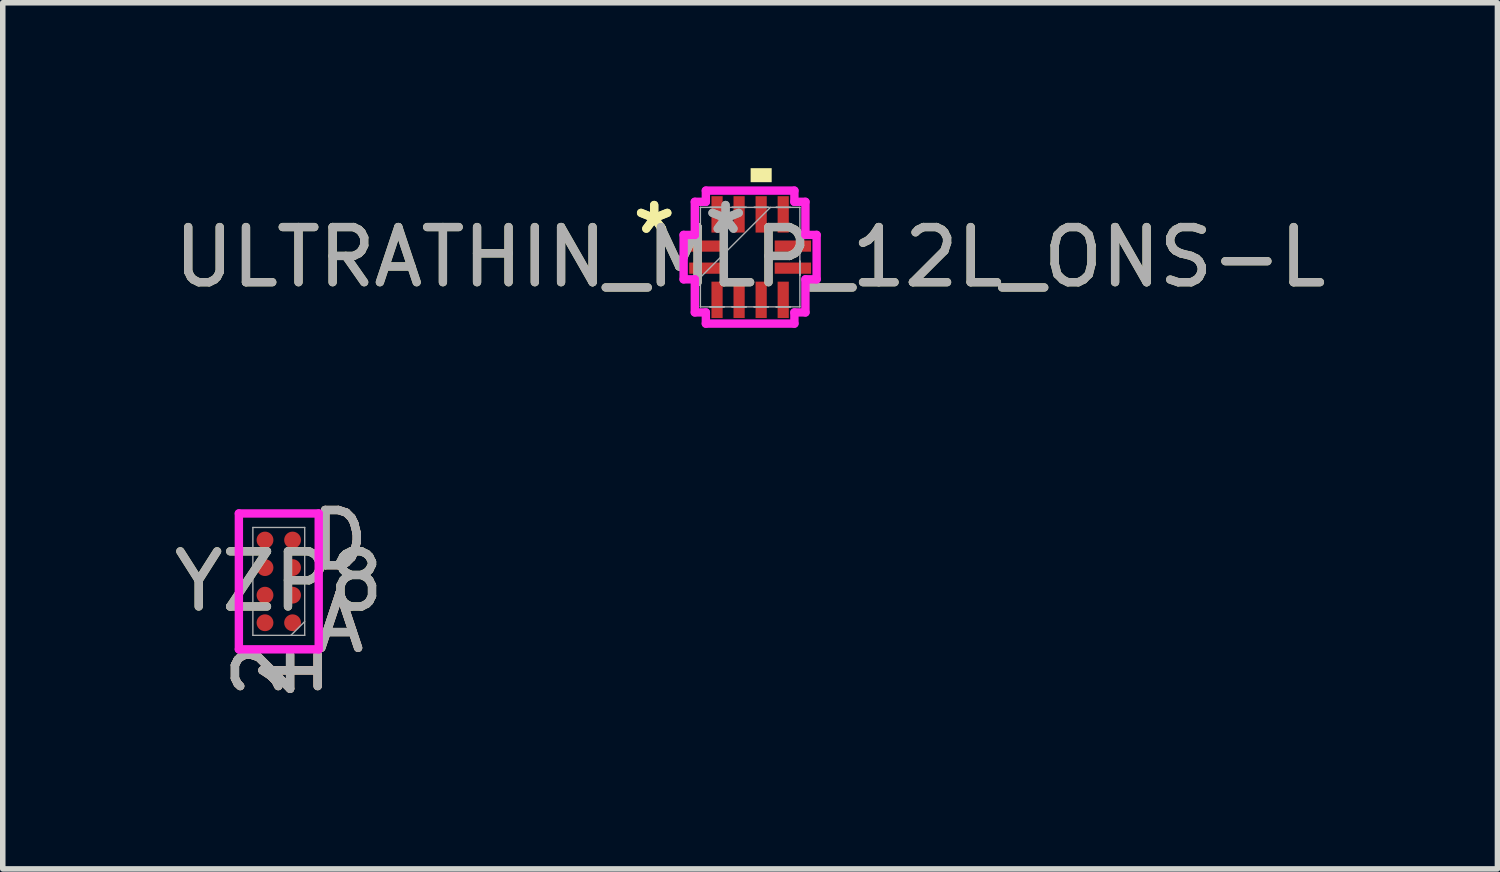
<source format=kicad_pcb>
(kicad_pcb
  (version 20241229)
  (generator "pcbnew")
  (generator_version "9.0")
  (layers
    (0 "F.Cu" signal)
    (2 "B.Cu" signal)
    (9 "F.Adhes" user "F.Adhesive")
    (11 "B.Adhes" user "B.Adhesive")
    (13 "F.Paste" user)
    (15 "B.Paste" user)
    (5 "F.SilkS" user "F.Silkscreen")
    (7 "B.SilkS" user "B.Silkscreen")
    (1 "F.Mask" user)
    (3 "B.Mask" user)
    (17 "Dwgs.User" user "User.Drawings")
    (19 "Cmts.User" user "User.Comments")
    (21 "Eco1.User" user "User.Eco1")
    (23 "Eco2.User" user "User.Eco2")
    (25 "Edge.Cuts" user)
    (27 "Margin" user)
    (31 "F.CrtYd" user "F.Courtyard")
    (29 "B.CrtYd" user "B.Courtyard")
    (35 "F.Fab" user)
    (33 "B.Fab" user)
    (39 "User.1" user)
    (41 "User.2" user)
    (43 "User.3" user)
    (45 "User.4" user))
  (footprint "ULTRATHIN_MLP_12L_ONS-L"
    (layer "F.Cu")
    (at 10.554 1.613)
    (property "Reference" "ULTRATHIN_MLP_12L_ONS-L" (at 0 0 0) (unlocked yes) (layer "F.SilkS") (effects (font (size 1 1) (thickness 0.15))))
    (attr smd)
    (fp_poly (pts (xy 0.009 -1.359) (xy 0.009 -1.613) (xy 0.391 -1.613) (xy 0.391 -1.359)) (stroke (width 0) (type solid)) (fill yes) (layer "F.SilkS"))
    (fp_line (start -1.206 -0.403) (end -1.003 -0.403) (stroke (width 0.152) (type solid)) (layer "F.CrtYd"))
    (fp_line (start -1.206 0.403) (end -1.206 -0.403) (stroke (width 0.152) (type solid)) (layer "F.CrtYd"))
    (fp_line (start -1.003 -1.003) (end -0.803 -1.003) (stroke (width 0.152) (type solid)) (layer "F.CrtYd"))
    (fp_line (start -1.003 -0.403) (end -1.003 -1.003) (stroke (width 0.152) (type solid)) (layer "F.CrtYd"))
    (fp_line (start -1.003 0.403) (end -1.206 0.403) (stroke (width 0.152) (type solid)) (layer "F.CrtYd"))
    (fp_line (start -1.003 1.003) (end -1.003 0.403) (stroke (width 0.152) (type solid)) (layer "F.CrtYd"))
    (fp_line (start -0.803 -1.206) (end 0.803 -1.206) (stroke (width 0.152) (type solid)) (layer "F.CrtYd"))
    (fp_line (start -0.803 -1.003) (end -0.803 -1.206) (stroke (width 0.152) (type solid)) (layer "F.CrtYd"))
    (fp_line (start -0.803 1.003) (end -1.003 1.003) (stroke (width 0.152) (type solid)) (layer "F.CrtYd"))
    (fp_line (start -0.803 1.206) (end -0.803 1.003) (stroke (width 0.152) (type solid)) (layer "F.CrtYd"))
    (fp_line (start 0.803 -1.206) (end 0.803 -1.003) (stroke (width 0.152) (type solid)) (layer "F.CrtYd"))
    (fp_line (start 0.803 -1.003) (end 1.003 -1.003) (stroke (width 0.152) (type solid)) (layer "F.CrtYd"))
    (fp_line (start 0.803 1.003) (end 0.803 1.206) (stroke (width 0.152) (type solid)) (layer "F.CrtYd"))
    (fp_line (start 0.803 1.206) (end -0.803 1.206) (stroke (width 0.152) (type solid)) (layer "F.CrtYd"))
    (fp_line (start 1.003 -1.003) (end 1.003 -0.403) (stroke (width 0.152) (type solid)) (layer "F.CrtYd"))
    (fp_line (start 1.003 -0.403) (end 1.206 -0.403) (stroke (width 0.152) (type solid)) (layer "F.CrtYd"))
    (fp_line (start 1.003 0.403) (end 1.003 1.003) (stroke (width 0.152) (type solid)) (layer "F.CrtYd"))
    (fp_line (start 1.003 1.003) (end 0.803 1.003) (stroke (width 0.152) (type solid)) (layer "F.CrtYd"))
    (fp_line (start 1.206 -0.403) (end 1.206 0.403) (stroke (width 0.152) (type solid)) (layer "F.CrtYd"))
    (fp_line (start 1.206 0.403) (end 1.003 0.403) (stroke (width 0.152) (type solid)) (layer "F.CrtYd"))
    (fp_line (start -0.902 -0.902) (end -0.902 -0.902) (stroke (width 0.025) (type solid)) (layer "F.Fab"))
    (fp_line (start -0.902 -0.902) (end -0.902 0.902) (stroke (width 0.025) (type solid)) (layer "F.Fab"))
    (fp_line (start -0.902 -0.327) (end -0.902 -0.327) (stroke (width 0.025) (type solid)) (layer "F.Fab"))
    (fp_line (start -0.902 -0.327) (end -0.902 -0.073) (stroke (width 0.025) (type solid)) (layer "F.Fab"))
    (fp_line (start -0.902 -0.073) (end -0.902 -0.327) (stroke (width 0.025) (type solid)) (layer "F.Fab"))
    (fp_line (start -0.902 -0.073) (end -0.902 -0.073) (stroke (width 0.025) (type solid)) (layer "F.Fab"))
    (fp_line (start -0.902 0.073) (end -0.902 0.073) (stroke (width 0.025) (type solid)) (layer "F.Fab"))
    (fp_line (start -0.902 0.073) (end -0.902 0.327) (stroke (width 0.025) (type solid)) (layer "F.Fab"))
    (fp_line (start -0.902 0.327) (end -0.902 0.073) (stroke (width 0.025) (type solid)) (layer "F.Fab"))
    (fp_line (start -0.902 0.327) (end -0.902 0.327) (stroke (width 0.025) (type solid)) (layer "F.Fab"))
    (fp_line (start -0.902 0.368) (end 0.368 -0.902) (stroke (width 0.025) (type solid)) (layer "F.Fab"))
    (fp_line (start -0.902 0.902) (end -0.902 0.902) (stroke (width 0.025) (type solid)) (layer "F.Fab"))
    (fp_line (start -0.902 0.902) (end 0.902 0.902) (stroke (width 0.025) (type solid)) (layer "F.Fab"))
    (fp_line (start -0.727 -0.902) (end -0.727 -0.902) (stroke (width 0.025) (type solid)) (layer "F.Fab"))
    (fp_line (start -0.727 -0.902) (end -0.473 -0.902) (stroke (width 0.025) (type solid)) (layer "F.Fab"))
    (fp_line (start -0.727 0.902) (end -0.727 0.902) (stroke (width 0.025) (type solid)) (layer "F.Fab"))
    (fp_line (start -0.727 0.902) (end -0.473 0.902) (stroke (width 0.025) (type solid)) (layer "F.Fab"))
    (fp_line (start -0.473 -0.902) (end -0.727 -0.902) (stroke (width 0.025) (type solid)) (layer "F.Fab"))
    (fp_line (start -0.473 -0.902) (end -0.473 -0.902) (stroke (width 0.025) (type solid)) (layer "F.Fab"))
    (fp_line (start -0.473 0.902) (end -0.727 0.902) (stroke (width 0.025) (type solid)) (layer "F.Fab"))
    (fp_line (start -0.473 0.902) (end -0.473 0.902) (stroke (width 0.025) (type solid)) (layer "F.Fab"))
    (fp_line (start -0.327 -0.902) (end -0.327 -0.902) (stroke (width 0.025) (type solid)) (layer "F.Fab"))
    (fp_line (start -0.327 -0.902) (end -0.073 -0.902) (stroke (width 0.025) (type solid)) (layer "F.Fab"))
    (fp_line (start -0.327 0.902) (end -0.327 0.902) (stroke (width 0.025) (type solid)) (layer "F.Fab"))
    (fp_line (start -0.327 0.902) (end -0.073 0.902) (stroke (width 0.025) (type solid)) (layer "F.Fab"))
    (fp_line (start -0.073 -0.902) (end -0.327 -0.902) (stroke (width 0.025) (type solid)) (layer "F.Fab"))
    (fp_line (start -0.073 -0.902) (end -0.073 -0.902) (stroke (width 0.025) (type solid)) (layer "F.Fab"))
    (fp_line (start -0.073 0.902) (end -0.327 0.902) (stroke (width 0.025) (type solid)) (layer "F.Fab"))
    (fp_line (start -0.073 0.902) (end -0.073 0.902) (stroke (width 0.025) (type solid)) (layer "F.Fab"))
    (fp_line (start 0.073 -0.902) (end 0.073 -0.902) (stroke (width 0.025) (type solid)) (layer "F.Fab"))
    (fp_line (start 0.073 -0.902) (end 0.327 -0.902) (stroke (width 0.025) (type solid)) (layer "F.Fab"))
    (fp_line (start 0.073 0.902) (end 0.073 0.902) (stroke (width 0.025) (type solid)) (layer "F.Fab"))
    (fp_line (start 0.073 0.902) (end 0.327 0.902) (stroke (width 0.025) (type solid)) (layer "F.Fab"))
    (fp_line (start 0.327 -0.902) (end 0.073 -0.902) (stroke (width 0.025) (type solid)) (layer "F.Fab"))
    (fp_line (start 0.327 -0.902) (end 0.327 -0.902) (stroke (width 0.025) (type solid)) (layer "F.Fab"))
    (fp_line (start 0.327 0.902) (end 0.073 0.902) (stroke (width 0.025) (type solid)) (layer "F.Fab"))
    (fp_line (start 0.327 0.902) (end 0.327 0.902) (stroke (width 0.025) (type solid)) (layer "F.Fab"))
    (fp_line (start 0.473 -0.902) (end 0.473 -0.902) (stroke (width 0.025) (type solid)) (layer "F.Fab"))
    (fp_line (start 0.473 -0.902) (end 0.727 -0.902) (stroke (width 0.025) (type solid)) (layer "F.Fab"))
    (fp_line (start 0.473 0.902) (end 0.473 0.902) (stroke (width 0.025) (type solid)) (layer "F.Fab"))
    (fp_line (start 0.473 0.902) (end 0.727 0.902) (stroke (width 0.025) (type solid)) (layer "F.Fab"))
    (fp_line (start 0.727 -0.902) (end 0.473 -0.902) (stroke (width 0.025) (type solid)) (layer "F.Fab"))
    (fp_line (start 0.727 -0.902) (end 0.727 -0.902) (stroke (width 0.025) (type solid)) (layer "F.Fab"))
    (fp_line (start 0.727 0.902) (end 0.473 0.902) (stroke (width 0.025) (type solid)) (layer "F.Fab"))
    (fp_line (start 0.727 0.902) (end 0.727 0.902) (stroke (width 0.025) (type solid)) (layer "F.Fab"))
    (fp_line (start 0.902 -0.902) (end -0.902 -0.902) (stroke (width 0.025) (type solid)) (layer "F.Fab"))
    (fp_line (start 0.902 -0.902) (end 0.902 -0.902) (stroke (width 0.025) (type solid)) (layer "F.Fab"))
    (fp_line (start 0.902 -0.327) (end 0.902 -0.327) (stroke (width 0.025) (type solid)) (layer "F.Fab"))
    (fp_line (start 0.902 -0.327) (end 0.902 -0.073) (stroke (width 0.025) (type solid)) (layer "F.Fab"))
    (fp_line (start 0.902 -0.073) (end 0.902 -0.327) (stroke (width 0.025) (type solid)) (layer "F.Fab"))
    (fp_line (start 0.902 -0.073) (end 0.902 -0.073) (stroke (width 0.025) (type solid)) (layer "F.Fab"))
    (fp_line (start 0.902 0.073) (end 0.902 0.073) (stroke (width 0.025) (type solid)) (layer "F.Fab"))
    (fp_line (start 0.902 0.073) (end 0.902 0.327) (stroke (width 0.025) (type solid)) (layer "F.Fab"))
    (fp_line (start 0.902 0.327) (end 0.902 0.073) (stroke (width 0.025) (type solid)) (layer "F.Fab"))
    (fp_line (start 0.902 0.327) (end 0.902 0.327) (stroke (width 0.025) (type solid)) (layer "F.Fab"))
    (fp_line (start 0.902 0.902) (end 0.902 -0.902) (stroke (width 0.025) (type solid)) (layer "F.Fab"))
    (fp_line (start 0.902 0.902) (end 0.902 0.902) (stroke (width 0.025) (type solid)) (layer "F.Fab"))
    (fp_text user "*" (at -1.74 -0.4 0) (layer "F.SilkS") (effects (font (size 1 1) (thickness 0.15))))
    (fp_text user "*" (at -1.74 -0.4 0) (unlocked yes) (layer "F.SilkS") (effects (font (size 1 1) (thickness 0.15))))
    (fp_text user "*" (at -0.445 -0.4 0) (unlocked yes) (layer "F.Fab") (effects (font (size 1 1) (thickness 0.15))))
    (fp_text user "*" (at -0.445 -0.4 0) (layer "F.Fab") (effects (font (size 1 1) (thickness 0.15))))
    (fp_text user "${REFERENCE}" (at 0 0 0) (unlocked yes) (layer "F.Fab") (effects (font (size 1 1) (thickness 0.15))))
    (pad "1" smd rect (at -0.775 -0.2 90) (size 0.203 0.66) (layers "F.Cu" "F.Mask" "F.Paste"))
    (pad "2" smd rect (at -0.775 0.2 90) (size 0.203 0.66) (layers "F.Cu" "F.Mask" "F.Paste"))
    (pad "3" smd rect (at -0.6 0.775) (size 0.203 0.66) (layers "F.Cu" "F.Mask" "F.Paste"))
    (pad "4" smd rect (at -0.2 0.775) (size 0.203 0.66) (layers "F.Cu" "F.Mask" "F.Paste"))
    (pad "5" smd rect (at 0.2 0.775) (size 0.203 0.66) (layers "F.Cu" "F.Mask" "F.Paste"))
    (pad "6" smd rect (at 0.6 0.775) (size 0.203 0.66) (layers "F.Cu" "F.Mask" "F.Paste"))
    (pad "7" smd rect (at 0.775 0.2 90) (size 0.203 0.66) (layers "F.Cu" "F.Mask" "F.Paste"))
    (pad "8" smd rect (at 0.775 -0.2 90) (size 0.203 0.66) (layers "F.Cu" "F.Mask" "F.Paste"))
    (pad "9" smd rect (at 0.6 -0.775) (size 0.203 0.66) (layers "F.Cu" "F.Mask" "F.Paste"))
    (pad "10" smd rect (at 0.2 -0.775) (size 0.203 0.66) (layers "F.Cu" "F.Mask" "F.Paste"))
    (pad "11" smd rect (at -0.2 -0.775) (size 0.203 0.66) (layers "F.Cu" "F.Mask" "F.Paste"))
    (pad "12" smd rect (at -0.6 -0.775) (size 0.203 0.66) (layers "F.Cu" "F.Mask" "F.Paste")))
  (footprint "YZP8"
    (layer "F.Cu")
    (at 2.006 7.494)
    (property "Reference" "YZP8" (at 0 0 0) (unlocked yes) (layer "F.SilkS") (effects (font (size 1 1) (thickness 0.15))))
    (attr smd)
    (fp_poly (pts (xy -0.945 -1.444) (xy 0.945 -1.444) (xy 0.945 1.444) (xy -0.945 1.444)) (stroke (width 0.1) (type solid)) (fill no) (layer "Eco2.User"))
    (fp_line (start -0.724 -1.232) (end 0.724 -1.232) (stroke (width 0.152) (type solid)) (layer "F.CrtYd"))
    (fp_line (start -0.724 1.232) (end -0.724 -1.232) (stroke (width 0.152) (type solid)) (layer "F.CrtYd"))
    (fp_line (start 0.724 -1.232) (end 0.724 1.232) (stroke (width 0.152) (type solid)) (layer "F.CrtYd"))
    (fp_line (start 0.724 1.232) (end -0.724 1.232) (stroke (width 0.152) (type solid)) (layer "F.CrtYd"))
    (fp_line (start -0.47 -0.978) (end -0.47 0.978) (stroke (width 0.025) (type solid)) (layer "F.Fab"))
    (fp_line (start -0.47 0.978) (end 0.47 0.978) (stroke (width 0.025) (type solid)) (layer "F.Fab"))
    (fp_line (start 0.22 0.978) (end 0.47 0.728) (stroke (width 0.025) (type solid)) (layer "F.Fab"))
    (fp_line (start 0.47 -0.978) (end -0.47 -0.978) (stroke (width 0.025) (type solid)) (layer "F.Fab"))
    (fp_line (start 0.47 0.978) (end 0.47 -0.978) (stroke (width 0.025) (type solid)) (layer "F.Fab"))
    (fp_text user "D" (at 1.105 -0.75 0) (unlocked yes) (layer "F.SilkS") (effects (font (size 1 1) (thickness 0.15))))
    (fp_text user "A" (at 1.105 0.75 0) (unlocked yes) (layer "F.SilkS") (effects (font (size 1 1) (thickness 0.15))))
    (fp_text user "2" (at -0.25 1.613 90) (unlocked yes) (layer "F.SilkS") (effects (font (size 1 1) (thickness 0.15))))
    (fp_text user "1" (at 0.25 1.613 90) (unlocked yes) (layer "F.SilkS") (effects (font (size 1 1) (thickness 0.15))))
    (fp_text user "1" (at 0.25 1.613 90) (unlocked yes) (layer "B.SilkS") (effects (font (size 1 1) (thickness 0.15))))
    (fp_text user "2" (at -0.25 1.613 90) (unlocked yes) (layer "B.SilkS") (effects (font (size 1 1) (thickness 0.15))))
    (fp_text user "D" (at 1.105 -0.75 0) (unlocked yes) (layer "B.SilkS") (effects (font (size 1 1) (thickness 0.15))))
    (fp_text user "A" (at 1.105 0.75 0) (unlocked yes) (layer "B.SilkS") (effects (font (size 1 1) (thickness 0.15))))
    (fp_text user "A" (at 1.105 0.75 0) (unlocked yes) (layer "F.Fab") (effects (font (size 1 1) (thickness 0.15))))
    (fp_text user "D" (at 1.105 -0.75 0) (unlocked yes) (layer "F.Fab") (effects (font (size 1 1) (thickness 0.15))))
    (fp_text user "${REFERENCE}" (at 0 0 0) (unlocked yes) (layer "F.Fab") (effects (font (size 1 1) (thickness 0.15))))
    (fp_text user "1" (at 0.25 1.613 90) (unlocked yes) (layer "F.Fab") (effects (font (size 1 1) (thickness 0.15))))
    (fp_text user "2" (at -0.25 1.613 90) (unlocked yes) (layer "F.Fab") (effects (font (size 1 1) (thickness 0.15))))
    (pad "A1" smd circle (at 0.25 0.75) (size 0.305 0.305) (layers "F.Cu" "F.Mask" "F.Paste"))
    (pad "A2" smd circle (at -0.25 0.75) (size 0.305 0.305) (layers "F.Cu" "F.Mask" "F.Paste"))
    (pad "B1" smd circle (at 0.25 0.25) (size 0.305 0.305) (layers "F.Cu" "F.Mask" "F.Paste"))
    (pad "B2" smd circle (at -0.25 0.25) (size 0.305 0.305) (layers "F.Cu" "F.Mask" "F.Paste"))
    (pad "C1" smd circle (at 0.25 -0.25) (size 0.305 0.305) (layers "F.Cu" "F.Mask" "F.Paste"))
    (pad "C2" smd circle (at -0.25 -0.25) (size 0.305 0.305) (layers "F.Cu" "F.Mask" "F.Paste"))
    (pad "D1" smd circle (at 0.25 -0.75) (size 0.305 0.305) (layers "F.Cu" "F.Mask" "F.Paste"))
    (pad "D2" smd circle (at -0.25 -0.75) (size 0.305 0.305) (layers "F.Cu" "F.Mask" "F.Paste")))
  (gr_rect
    (start -3 -3)
    (end 24.107 12.708)
    (stroke (width 0.1) (type default))
    (fill no)
    (layer "Edge.Cuts")))
</source>
